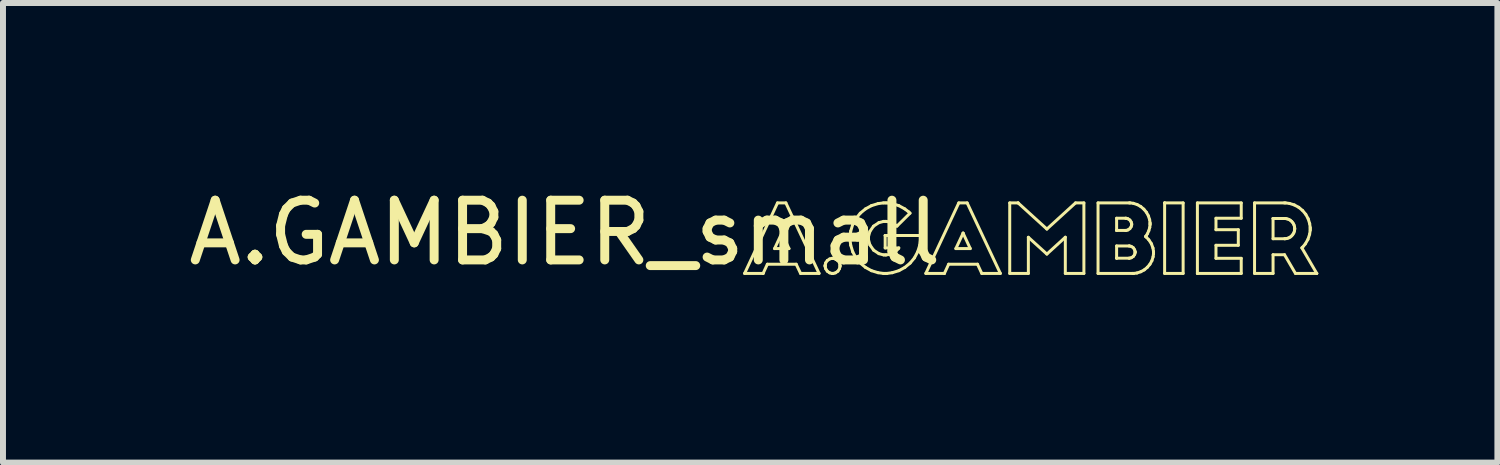
<source format=kicad_pcb>
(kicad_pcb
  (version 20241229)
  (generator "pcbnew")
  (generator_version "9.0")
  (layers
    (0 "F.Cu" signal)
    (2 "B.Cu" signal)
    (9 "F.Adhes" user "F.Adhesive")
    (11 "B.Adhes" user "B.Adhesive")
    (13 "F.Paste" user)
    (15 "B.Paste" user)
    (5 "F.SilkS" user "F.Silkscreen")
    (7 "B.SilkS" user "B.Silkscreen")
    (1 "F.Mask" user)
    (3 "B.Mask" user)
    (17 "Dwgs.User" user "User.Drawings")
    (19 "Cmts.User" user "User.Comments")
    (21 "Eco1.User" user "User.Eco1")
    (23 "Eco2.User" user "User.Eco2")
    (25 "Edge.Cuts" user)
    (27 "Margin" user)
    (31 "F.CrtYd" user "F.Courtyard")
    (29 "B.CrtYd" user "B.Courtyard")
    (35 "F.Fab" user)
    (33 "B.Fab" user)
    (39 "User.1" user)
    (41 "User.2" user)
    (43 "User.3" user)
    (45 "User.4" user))
  (footprint "A.GAMBIER_small"
    (layer "F.Cu")
    (at 9.411 0.348)
    (property "Reference" "A.GAMBIER_small" (at -3 0.5 0) (layer "F.SilkS") (effects (font (size 1 1) (thickness 0.15))))
    (attr through_hole)
    (fp_line (start 0.009 1.181) (end 0.319 1.181) (stroke (width 0.05) (type solid)) (layer "F.SilkS"))
    (fp_line (start 0.319 1.181) (end 0.319 1.181) (stroke (width 0.05) (type solid)) (layer "F.SilkS"))
    (fp_line (start 0.319 1.181) (end 0.39 1.027) (stroke (width 0.05) (type solid)) (layer "F.SilkS"))
    (fp_line (start 0.39 1.027) (end 0.873 1.027) (stroke (width 0.05) (type solid)) (layer "F.SilkS"))
    (fp_line (start 0.511 0.765) (end 0.632 0.506) (stroke (width 0.05) (type solid)) (layer "F.SilkS"))
    (fp_line (start 0.56 0) (end 0.009 1.181) (stroke (width 0.05) (type solid)) (layer "F.SilkS"))
    (fp_line (start 0.632 0.506) (end 0.632 0.506) (stroke (width 0.05) (type solid)) (layer "F.SilkS"))
    (fp_line (start 0.632 0.506) (end 0.752 0.765) (stroke (width 0.05) (type solid)) (layer "F.SilkS"))
    (fp_line (start 0.7 0) (end 0.56 0) (stroke (width 0.05) (type solid)) (layer "F.SilkS"))
    (fp_line (start 0.752 0.765) (end 0.511 0.765) (stroke (width 0.05) (type solid)) (layer "F.SilkS"))
    (fp_line (start 0.873 1.027) (end 0.946 1.181) (stroke (width 0.05) (type solid)) (layer "F.SilkS"))
    (fp_line (start 0.946 1.181) (end 1.256 1.181) (stroke (width 0.05) (type solid)) (layer "F.SilkS"))
    (fp_line (start 1.256 1.181) (end 0.7 0) (stroke (width 0.05) (type solid)) (layer "F.SilkS"))
    (fp_line (start 1.358 1.041) (end 1.358 1.054) (stroke (width 0.05) (type solid)) (layer "F.SilkS"))
    (fp_line (start 1.358 1.054) (end 1.358 1.054) (stroke (width 0.05) (type solid)) (layer "F.SilkS"))
    (fp_line (start 1.358 1.054) (end 1.358 1.066) (stroke (width 0.05) (type solid)) (layer "F.SilkS"))
    (fp_line (start 1.358 1.066) (end 1.367 1.103) (stroke (width 0.05) (type solid)) (layer "F.SilkS"))
    (fp_line (start 1.367 1.004) (end 1.358 1.041) (stroke (width 0.05) (type solid)) (layer "F.SilkS"))
    (fp_line (start 1.367 1.103) (end 1.394 1.144) (stroke (width 0.05) (type solid)) (layer "F.SilkS"))
    (fp_line (start 1.394 0.965) (end 1.367 1.004) (stroke (width 0.05) (type solid)) (layer "F.SilkS"))
    (fp_line (start 1.394 1.144) (end 1.433 1.171) (stroke (width 0.05) (type solid)) (layer "F.SilkS"))
    (fp_line (start 1.433 0.939) (end 1.394 0.965) (stroke (width 0.05) (type solid)) (layer "F.SilkS"))
    (fp_line (start 1.433 1.171) (end 1.47 1.181) (stroke (width 0.05) (type solid)) (layer "F.SilkS"))
    (fp_line (start 1.47 0.929) (end 1.433 0.939) (stroke (width 0.05) (type solid)) (layer "F.SilkS"))
    (fp_line (start 1.47 1.181) (end 1.482 1.181) (stroke (width 0.05) (type solid)) (layer "F.SilkS"))
    (fp_line (start 1.482 0.929) (end 1.47 0.929) (stroke (width 0.05) (type solid)) (layer "F.SilkS"))
    (fp_line (start 1.482 1.181) (end 1.495 1.181) (stroke (width 0.05) (type solid)) (layer "F.SilkS"))
    (fp_line (start 1.495 0.929) (end 1.482 0.929) (stroke (width 0.05) (type solid)) (layer "F.SilkS"))
    (fp_line (start 1.495 1.181) (end 1.532 1.171) (stroke (width 0.05) (type solid)) (layer "F.SilkS"))
    (fp_line (start 1.532 0.939) (end 1.495 0.929) (stroke (width 0.05) (type solid)) (layer "F.SilkS"))
    (fp_line (start 1.532 1.171) (end 1.571 1.144) (stroke (width 0.05) (type solid)) (layer "F.SilkS"))
    (fp_line (start 1.571 0.965) (end 1.532 0.939) (stroke (width 0.05) (type solid)) (layer "F.SilkS"))
    (fp_line (start 1.571 1.144) (end 1.597 1.103) (stroke (width 0.05) (type solid)) (layer "F.SilkS"))
    (fp_line (start 1.597 1.004) (end 1.571 0.965) (stroke (width 0.05) (type solid)) (layer "F.SilkS"))
    (fp_line (start 1.597 1.103) (end 1.607 1.066) (stroke (width 0.05) (type solid)) (layer "F.SilkS"))
    (fp_line (start 1.607 1.041) (end 1.597 1.004) (stroke (width 0.05) (type solid)) (layer "F.SilkS"))
    (fp_line (start 1.607 1.054) (end 1.607 1.041) (stroke (width 0.05) (type solid)) (layer "F.SilkS"))
    (fp_line (start 1.607 1.066) (end 1.607 1.054) (stroke (width 0.05) (type solid)) (layer "F.SilkS"))
    (fp_line (start 1.774 0.561) (end 1.774 0.591) (stroke (width 0.05) (type solid)) (layer "F.SilkS"))
    (fp_line (start 1.774 0.591) (end 1.774 0.62) (stroke (width 0.05) (type solid)) (layer "F.SilkS"))
    (fp_line (start 1.774 0.62) (end 1.786 0.709) (stroke (width 0.05) (type solid)) (layer "F.SilkS"))
    (fp_line (start 1.786 0.472) (end 1.774 0.561) (stroke (width 0.05) (type solid)) (layer "F.SilkS"))
    (fp_line (start 1.786 0.709) (end 1.82 0.82) (stroke (width 0.05) (type solid)) (layer "F.SilkS"))
    (fp_line (start 1.82 0.361) (end 1.786 0.472) (stroke (width 0.05) (type solid)) (layer "F.SilkS"))
    (fp_line (start 1.82 0.82) (end 1.874 0.921) (stroke (width 0.05) (type solid)) (layer "F.SilkS"))
    (fp_line (start 1.874 0.26) (end 1.82 0.361) (stroke (width 0.05) (type solid)) (layer "F.SilkS"))
    (fp_line (start 1.874 0.921) (end 1.946 1.008) (stroke (width 0.05) (type solid)) (layer "F.SilkS"))
    (fp_line (start 1.946 0.173) (end 1.874 0.26) (stroke (width 0.05) (type solid)) (layer "F.SilkS"))
    (fp_line (start 1.946 1.008) (end 2.033 1.08) (stroke (width 0.05) (type solid)) (layer "F.SilkS"))
    (fp_line (start 2.033 0.101) (end 1.946 0.173) (stroke (width 0.05) (type solid)) (layer "F.SilkS"))
    (fp_line (start 2.033 1.08) (end 2.133 1.135) (stroke (width 0.05) (type solid)) (layer "F.SilkS"))
    (fp_line (start 2.084 0.562) (end 2.107 0.478) (stroke (width 0.05) (type solid)) (layer "F.SilkS"))
    (fp_line (start 2.084 0.591) (end 2.084 0.562) (stroke (width 0.05) (type solid)) (layer "F.SilkS"))
    (fp_line (start 2.084 0.619) (end 2.084 0.591) (stroke (width 0.05) (type solid)) (layer "F.SilkS"))
    (fp_line (start 2.107 0.478) (end 2.168 0.39) (stroke (width 0.05) (type solid)) (layer "F.SilkS"))
    (fp_line (start 2.107 0.703) (end 2.084 0.619) (stroke (width 0.05) (type solid)) (layer "F.SilkS"))
    (fp_line (start 2.133 0.046) (end 2.033 0.101) (stroke (width 0.05) (type solid)) (layer "F.SilkS"))
    (fp_line (start 2.133 1.135) (end 2.244 1.169) (stroke (width 0.05) (type solid)) (layer "F.SilkS"))
    (fp_line (start 2.168 0.39) (end 2.257 0.331) (stroke (width 0.05) (type solid)) (layer "F.SilkS"))
    (fp_line (start 2.169 0.791) (end 2.107 0.703) (stroke (width 0.05) (type solid)) (layer "F.SilkS"))
    (fp_line (start 2.244 0.012) (end 2.133 0.046) (stroke (width 0.05) (type solid)) (layer "F.SilkS"))
    (fp_line (start 2.244 1.169) (end 2.333 1.181) (stroke (width 0.05) (type solid)) (layer "F.SilkS"))
    (fp_line (start 2.257 0.331) (end 2.336 0.31) (stroke (width 0.05) (type solid)) (layer "F.SilkS"))
    (fp_line (start 2.258 0.85) (end 2.169 0.791) (stroke (width 0.05) (type solid)) (layer "F.SilkS"))
    (fp_line (start 2.333 0) (end 2.244 0.012) (stroke (width 0.05) (type solid)) (layer "F.SilkS"))
    (fp_line (start 2.333 1.181) (end 2.363 1.181) (stroke (width 0.05) (type solid)) (layer "F.SilkS"))
    (fp_line (start 2.336 0.31) (end 2.363 0.31) (stroke (width 0.05) (type solid)) (layer "F.SilkS"))
    (fp_line (start 2.337 0.871) (end 2.258 0.85) (stroke (width 0.05) (type solid)) (layer "F.SilkS"))
    (fp_line (start 2.363 0) (end 2.333 0) (stroke (width 0.05) (type solid)) (layer "F.SilkS"))
    (fp_line (start 2.363 0.31) (end 2.377 0.31) (stroke (width 0.05) (type solid)) (layer "F.SilkS"))
    (fp_line (start 2.363 0.546) (end 2.363 0.546) (stroke (width 0.05) (type solid)) (layer "F.SilkS"))
    (fp_line (start 2.363 0.546) (end 2.363 0.754) (stroke (width 0.05) (type solid)) (layer "F.SilkS"))
    (fp_line (start 2.363 0.754) (end 2.591 0.754) (stroke (width 0.05) (type solid)) (layer "F.SilkS"))
    (fp_line (start 2.363 0.871) (end 2.337 0.871) (stroke (width 0.05) (type solid)) (layer "F.SilkS"))
    (fp_line (start 2.363 1.181) (end 2.393 1.181) (stroke (width 0.05) (type solid)) (layer "F.SilkS"))
    (fp_line (start 2.377 0.31) (end 2.421 0.316) (stroke (width 0.05) (type solid)) (layer "F.SilkS"))
    (fp_line (start 2.38 0.871) (end 2.363 0.871) (stroke (width 0.05) (type solid)) (layer "F.SilkS"))
    (fp_line (start 2.393 0) (end 2.363 0) (stroke (width 0.05) (type solid)) (layer "F.SilkS"))
    (fp_line (start 2.393 1.181) (end 2.482 1.169) (stroke (width 0.05) (type solid)) (layer "F.SilkS"))
    (fp_line (start 2.421 0.316) (end 2.473 0.332) (stroke (width 0.05) (type solid)) (layer "F.SilkS"))
    (fp_line (start 2.431 0.863) (end 2.38 0.871) (stroke (width 0.05) (type solid)) (layer "F.SilkS"))
    (fp_line (start 2.473 0.332) (end 2.519 0.357) (stroke (width 0.05) (type solid)) (layer "F.SilkS"))
    (fp_line (start 2.481 0.012) (end 2.393 0) (stroke (width 0.05) (type solid)) (layer "F.SilkS"))
    (fp_line (start 2.482 1.169) (end 2.593 1.135) (stroke (width 0.05) (type solid)) (layer "F.SilkS"))
    (fp_line (start 2.494 0.839) (end 2.431 0.863) (stroke (width 0.05) (type solid)) (layer "F.SilkS"))
    (fp_line (start 2.519 0.357) (end 2.55 0.38) (stroke (width 0.05) (type solid)) (layer "F.SilkS"))
    (fp_line (start 2.548 0.802) (end 2.494 0.839) (stroke (width 0.05) (type solid)) (layer "F.SilkS"))
    (fp_line (start 2.55 0.38) (end 2.56 0.389) (stroke (width 0.05) (type solid)) (layer "F.SilkS"))
    (fp_line (start 2.56 0.389) (end 2.779 0.172) (stroke (width 0.05) (type solid)) (layer "F.SilkS"))
    (fp_line (start 2.582 0.768) (end 2.548 0.802) (stroke (width 0.05) (type solid)) (layer "F.SilkS"))
    (fp_line (start 2.591 0.754) (end 2.582 0.768) (stroke (width 0.05) (type solid)) (layer "F.SilkS"))
    (fp_line (start 2.592 0.046) (end 2.481 0.012) (stroke (width 0.05) (type solid)) (layer "F.SilkS"))
    (fp_line (start 2.593 1.135) (end 2.693 1.08) (stroke (width 0.05) (type solid)) (layer "F.SilkS"))
    (fp_line (start 2.691 0.1) (end 2.592 0.046) (stroke (width 0.05) (type solid)) (layer "F.SilkS"))
    (fp_line (start 2.693 1.08) (end 2.781 1.008) (stroke (width 0.05) (type solid)) (layer "F.SilkS"))
    (fp_line (start 2.759 0.152) (end 2.691 0.1) (stroke (width 0.05) (type solid)) (layer "F.SilkS"))
    (fp_line (start 2.779 0.172) (end 2.759 0.152) (stroke (width 0.05) (type solid)) (layer "F.SilkS"))
    (fp_line (start 2.781 1.008) (end 2.853 0.921) (stroke (width 0.05) (type solid)) (layer "F.SilkS"))
    (fp_line (start 2.853 0.921) (end 2.907 0.82) (stroke (width 0.05) (type solid)) (layer "F.SilkS"))
    (fp_line (start 2.907 0.82) (end 2.942 0.709) (stroke (width 0.05) (type solid)) (layer "F.SilkS"))
    (fp_line (start 2.942 0.709) (end 2.954 0.62) (stroke (width 0.05) (type solid)) (layer "F.SilkS"))
    (fp_line (start 2.954 0.546) (end 2.363 0.546) (stroke (width 0.05) (type solid)) (layer "F.SilkS"))
    (fp_line (start 2.954 0.591) (end 2.954 0.546) (stroke (width 0.05) (type solid)) (layer "F.SilkS"))
    (fp_line (start 2.954 0.62) (end 2.954 0.591) (stroke (width 0.05) (type solid)) (layer "F.SilkS"))
    (fp_line (start 3.044 1.181) (end 3.355 1.181) (stroke (width 0.05) (type solid)) (layer "F.SilkS"))
    (fp_line (start 3.355 1.181) (end 3.355 1.181) (stroke (width 0.05) (type solid)) (layer "F.SilkS"))
    (fp_line (start 3.355 1.181) (end 3.426 1.027) (stroke (width 0.05) (type solid)) (layer "F.SilkS"))
    (fp_line (start 3.426 1.027) (end 3.909 1.027) (stroke (width 0.05) (type solid)) (layer "F.SilkS"))
    (fp_line (start 3.547 0.765) (end 3.668 0.506) (stroke (width 0.05) (type solid)) (layer "F.SilkS"))
    (fp_line (start 3.596 0) (end 3.044 1.181) (stroke (width 0.05) (type solid)) (layer "F.SilkS"))
    (fp_line (start 3.668 0.506) (end 3.668 0.506) (stroke (width 0.05) (type solid)) (layer "F.SilkS"))
    (fp_line (start 3.668 0.506) (end 3.788 0.765) (stroke (width 0.05) (type solid)) (layer "F.SilkS"))
    (fp_line (start 3.736 0) (end 3.596 0) (stroke (width 0.05) (type solid)) (layer "F.SilkS"))
    (fp_line (start 3.788 0.765) (end 3.547 0.765) (stroke (width 0.05) (type solid)) (layer "F.SilkS"))
    (fp_line (start 3.909 1.027) (end 3.981 1.181) (stroke (width 0.05) (type solid)) (layer "F.SilkS"))
    (fp_line (start 3.981 1.181) (end 4.292 1.181) (stroke (width 0.05) (type solid)) (layer "F.SilkS"))
    (fp_line (start 4.292 1.181) (end 3.736 0) (stroke (width 0.05) (type solid)) (layer "F.SilkS"))
    (fp_line (start 4.449 0) (end 4.449 1.181) (stroke (width 0.05) (type solid)) (layer "F.SilkS"))
    (fp_line (start 4.449 1.181) (end 4.761 1.181) (stroke (width 0.05) (type solid)) (layer "F.SilkS"))
    (fp_line (start 4.589 0) (end 4.449 0) (stroke (width 0.05) (type solid)) (layer "F.SilkS"))
    (fp_line (start 4.589 0) (end 4.589 0) (stroke (width 0.05) (type solid)) (layer "F.SilkS"))
    (fp_line (start 4.761 0.576) (end 5.071 0.857) (stroke (width 0.05) (type solid)) (layer "F.SilkS"))
    (fp_line (start 4.761 1.181) (end 4.761 0.576) (stroke (width 0.05) (type solid)) (layer "F.SilkS"))
    (fp_line (start 5.071 0.438) (end 4.589 0) (stroke (width 0.05) (type solid)) (layer "F.SilkS"))
    (fp_line (start 5.071 0.857) (end 5.38 0.575) (stroke (width 0.05) (type solid)) (layer "F.SilkS"))
    (fp_line (start 5.38 0.575) (end 5.38 1.181) (stroke (width 0.05) (type solid)) (layer "F.SilkS"))
    (fp_line (start 5.38 1.181) (end 5.691 1.181) (stroke (width 0.05) (type solid)) (layer "F.SilkS"))
    (fp_line (start 5.551 0) (end 5.071 0.438) (stroke (width 0.05) (type solid)) (layer "F.SilkS"))
    (fp_line (start 5.691 0) (end 5.551 0) (stroke (width 0.05) (type solid)) (layer "F.SilkS"))
    (fp_line (start 5.691 1.181) (end 5.691 0) (stroke (width 0.05) (type solid)) (layer "F.SilkS"))
    (fp_line (start 5.928 0) (end 5.928 1.181) (stroke (width 0.05) (type solid)) (layer "F.SilkS"))
    (fp_line (start 5.928 1.181) (end 6.511 1.181) (stroke (width 0.05) (type solid)) (layer "F.SilkS"))
    (fp_line (start 6.239 0.257) (end 6.388 0.257) (stroke (width 0.05) (type solid)) (layer "F.SilkS"))
    (fp_line (start 6.239 0.461) (end 6.239 0.257) (stroke (width 0.05) (type solid)) (layer "F.SilkS"))
    (fp_line (start 6.239 0.461) (end 6.239 0.461) (stroke (width 0.05) (type solid)) (layer "F.SilkS"))
    (fp_line (start 6.239 0.721) (end 6.446 0.721) (stroke (width 0.05) (type solid)) (layer "F.SilkS"))
    (fp_line (start 6.239 0.926) (end 6.239 0.721) (stroke (width 0.05) (type solid)) (layer "F.SilkS"))
    (fp_line (start 6.239 0.926) (end 6.239 0.926) (stroke (width 0.05) (type solid)) (layer "F.SilkS"))
    (fp_line (start 6.388 0.257) (end 6.398 0.257) (stroke (width 0.05) (type solid)) (layer "F.SilkS"))
    (fp_line (start 6.388 0.461) (end 6.239 0.461) (stroke (width 0.05) (type solid)) (layer "F.SilkS"))
    (fp_line (start 6.398 0.257) (end 6.428 0.265) (stroke (width 0.05) (type solid)) (layer "F.SilkS"))
    (fp_line (start 6.398 0.461) (end 6.388 0.461) (stroke (width 0.05) (type solid)) (layer "F.SilkS"))
    (fp_line (start 6.428 0.265) (end 6.461 0.287) (stroke (width 0.05) (type solid)) (layer "F.SilkS"))
    (fp_line (start 6.428 0.453) (end 6.398 0.461) (stroke (width 0.05) (type solid)) (layer "F.SilkS"))
    (fp_line (start 6.446 0.721) (end 6.456 0.721) (stroke (width 0.05) (type solid)) (layer "F.SilkS"))
    (fp_line (start 6.446 0.926) (end 6.239 0.926) (stroke (width 0.05) (type solid)) (layer "F.SilkS"))
    (fp_line (start 6.45 0) (end 5.928 0) (stroke (width 0.05) (type solid)) (layer "F.SilkS"))
    (fp_line (start 6.456 0.721) (end 6.485 0.729) (stroke (width 0.05) (type solid)) (layer "F.SilkS"))
    (fp_line (start 6.456 0.926) (end 6.446 0.926) (stroke (width 0.05) (type solid)) (layer "F.SilkS"))
    (fp_line (start 6.461 0.287) (end 6.482 0.319) (stroke (width 0.05) (type solid)) (layer "F.SilkS"))
    (fp_line (start 6.461 0.431) (end 6.428 0.453) (stroke (width 0.05) (type solid)) (layer "F.SilkS"))
    (fp_line (start 6.467 0) (end 6.45 0) (stroke (width 0.05) (type solid)) (layer "F.SilkS"))
    (fp_line (start 6.482 0.319) (end 6.491 0.349) (stroke (width 0.05) (type solid)) (layer "F.SilkS"))
    (fp_line (start 6.482 0.399) (end 6.461 0.431) (stroke (width 0.05) (type solid)) (layer "F.SilkS"))
    (fp_line (start 6.485 0.729) (end 6.518 0.751) (stroke (width 0.05) (type solid)) (layer "F.SilkS"))
    (fp_line (start 6.486 0.918) (end 6.456 0.926) (stroke (width 0.05) (type solid)) (layer "F.SilkS"))
    (fp_line (start 6.491 0.349) (end 6.491 0.359) (stroke (width 0.05) (type solid)) (layer "F.SilkS"))
    (fp_line (start 6.491 0.359) (end 6.491 0.369) (stroke (width 0.05) (type solid)) (layer "F.SilkS"))
    (fp_line (start 6.491 0.369) (end 6.482 0.399) (stroke (width 0.05) (type solid)) (layer "F.SilkS"))
    (fp_line (start 6.511 1.181) (end 6.511 1.181) (stroke (width 0.05) (type solid)) (layer "F.SilkS"))
    (fp_line (start 6.511 1.181) (end 6.528 1.181) (stroke (width 0.05) (type solid)) (layer "F.SilkS"))
    (fp_line (start 6.518 0.751) (end 6.54 0.784) (stroke (width 0.05) (type solid)) (layer "F.SilkS"))
    (fp_line (start 6.519 0.007) (end 6.467 0) (stroke (width 0.05) (type solid)) (layer "F.SilkS"))
    (fp_line (start 6.519 0.896) (end 6.486 0.918) (stroke (width 0.05) (type solid)) (layer "F.SilkS"))
    (fp_line (start 6.528 1.181) (end 6.58 1.174) (stroke (width 0.05) (type solid)) (layer "F.SilkS"))
    (fp_line (start 6.54 0.784) (end 6.549 0.814) (stroke (width 0.05) (type solid)) (layer "F.SilkS"))
    (fp_line (start 6.541 0.863) (end 6.519 0.896) (stroke (width 0.05) (type solid)) (layer "F.SilkS"))
    (fp_line (start 6.549 0.814) (end 6.549 0.824) (stroke (width 0.05) (type solid)) (layer "F.SilkS"))
    (fp_line (start 6.549 0.824) (end 6.549 0.834) (stroke (width 0.05) (type solid)) (layer "F.SilkS"))
    (fp_line (start 6.549 0.834) (end 6.541 0.863) (stroke (width 0.05) (type solid)) (layer "F.SilkS"))
    (fp_line (start 6.58 1.174) (end 6.644 1.153) (stroke (width 0.05) (type solid)) (layer "F.SilkS"))
    (fp_line (start 6.584 0.028) (end 6.519 0.007) (stroke (width 0.05) (type solid)) (layer "F.SilkS"))
    (fp_line (start 6.643 0.061) (end 6.584 0.028) (stroke (width 0.05) (type solid)) (layer "F.SilkS"))
    (fp_line (start 6.644 1.153) (end 6.703 1.121) (stroke (width 0.05) (type solid)) (layer "F.SilkS"))
    (fp_line (start 6.695 0.105) (end 6.643 0.061) (stroke (width 0.05) (type solid)) (layer "F.SilkS"))
    (fp_line (start 6.703 1.121) (end 6.754 1.078) (stroke (width 0.05) (type solid)) (layer "F.SilkS"))
    (fp_line (start 6.724 0.564) (end 6.732 0.553) (stroke (width 0.05) (type solid)) (layer "F.SilkS"))
    (fp_line (start 6.732 0.553) (end 6.755 0.517) (stroke (width 0.05) (type solid)) (layer "F.SilkS"))
    (fp_line (start 6.738 0.157) (end 6.695 0.105) (stroke (width 0.05) (type solid)) (layer "F.SilkS"))
    (fp_line (start 6.739 0.576) (end 6.724 0.564) (stroke (width 0.05) (type solid)) (layer "F.SilkS"))
    (fp_line (start 6.754 1.078) (end 6.797 1.027) (stroke (width 0.05) (type solid)) (layer "F.SilkS"))
    (fp_line (start 6.755 0.517) (end 6.778 0.466) (stroke (width 0.05) (type solid)) (layer "F.SilkS"))
    (fp_line (start 6.771 0.217) (end 6.738 0.157) (stroke (width 0.05) (type solid)) (layer "F.SilkS"))
    (fp_line (start 6.778 0.618) (end 6.739 0.576) (stroke (width 0.05) (type solid)) (layer "F.SilkS"))
    (fp_line (start 6.778 0.466) (end 6.794 0.41) (stroke (width 0.05) (type solid)) (layer "F.SilkS"))
    (fp_line (start 6.792 0.282) (end 6.771 0.217) (stroke (width 0.05) (type solid)) (layer "F.SilkS"))
    (fp_line (start 6.794 0.41) (end 6.799 0.366) (stroke (width 0.05) (type solid)) (layer "F.SilkS"))
    (fp_line (start 6.797 1.027) (end 6.83 0.968) (stroke (width 0.05) (type solid)) (layer "F.SilkS"))
    (fp_line (start 6.799 0.334) (end 6.792 0.282) (stroke (width 0.05) (type solid)) (layer "F.SilkS"))
    (fp_line (start 6.799 0.351) (end 6.799 0.334) (stroke (width 0.05) (type solid)) (layer "F.SilkS"))
    (fp_line (start 6.799 0.366) (end 6.799 0.351) (stroke (width 0.05) (type solid)) (layer "F.SilkS"))
    (fp_line (start 6.821 0.683) (end 6.778 0.618) (stroke (width 0.05) (type solid)) (layer "F.SilkS"))
    (fp_line (start 6.83 0.968) (end 6.85 0.903) (stroke (width 0.05) (type solid)) (layer "F.SilkS"))
    (fp_line (start 6.848 0.756) (end 6.821 0.683) (stroke (width 0.05) (type solid)) (layer "F.SilkS"))
    (fp_line (start 6.85 0.903) (end 6.857 0.852) (stroke (width 0.05) (type solid)) (layer "F.SilkS"))
    (fp_line (start 6.857 0.815) (end 6.848 0.756) (stroke (width 0.05) (type solid)) (layer "F.SilkS"))
    (fp_line (start 6.857 0.835) (end 6.857 0.815) (stroke (width 0.05) (type solid)) (layer "F.SilkS"))
    (fp_line (start 6.857 0.852) (end 6.857 0.835) (stroke (width 0.05) (type solid)) (layer "F.SilkS"))
    (fp_line (start 7.043 0) (end 7.043 0) (stroke (width 0.05) (type solid)) (layer "F.SilkS"))
    (fp_line (start 7.043 0) (end 7.353 0) (stroke (width 0.05) (type solid)) (layer "F.SilkS"))
    (fp_line (start 7.043 1.181) (end 7.043 0) (stroke (width 0.05) (type solid)) (layer "F.SilkS"))
    (fp_line (start 7.353 0) (end 7.353 1.181) (stroke (width 0.05) (type solid)) (layer "F.SilkS"))
    (fp_line (start 7.353 1.181) (end 7.043 1.181) (stroke (width 0.05) (type solid)) (layer "F.SilkS"))
    (fp_line (start 7.592 0) (end 7.592 1.181) (stroke (width 0.05) (type solid)) (layer "F.SilkS"))
    (fp_line (start 7.592 1.181) (end 7.592 1.181) (stroke (width 0.05) (type solid)) (layer "F.SilkS"))
    (fp_line (start 7.592 1.181) (end 8.326 1.181) (stroke (width 0.05) (type solid)) (layer "F.SilkS"))
    (fp_line (start 7.903 0.257) (end 8.326 0.257) (stroke (width 0.05) (type solid)) (layer "F.SilkS"))
    (fp_line (start 7.903 0.449) (end 7.903 0.257) (stroke (width 0.05) (type solid)) (layer "F.SilkS"))
    (fp_line (start 7.903 0.71) (end 8.277 0.71) (stroke (width 0.05) (type solid)) (layer "F.SilkS"))
    (fp_line (start 7.903 0.928) (end 7.903 0.71) (stroke (width 0.05) (type solid)) (layer "F.SilkS"))
    (fp_line (start 8.277 0.449) (end 7.903 0.449) (stroke (width 0.05) (type solid)) (layer "F.SilkS"))
    (fp_line (start 8.277 0.71) (end 8.277 0.449) (stroke (width 0.05) (type solid)) (layer "F.SilkS"))
    (fp_line (start 8.326 0) (end 7.592 0) (stroke (width 0.05) (type solid)) (layer "F.SilkS"))
    (fp_line (start 8.326 0.257) (end 8.326 0) (stroke (width 0.05) (type solid)) (layer "F.SilkS"))
    (fp_line (start 8.326 0.928) (end 7.903 0.928) (stroke (width 0.05) (type solid)) (layer "F.SilkS"))
    (fp_line (start 8.326 1.181) (end 8.326 0.928) (stroke (width 0.05) (type solid)) (layer "F.SilkS"))
    (fp_line (start 8.549 0) (end 8.549 1.181) (stroke (width 0.05) (type solid)) (layer "F.SilkS"))
    (fp_line (start 8.549 1.181) (end 8.859 1.181) (stroke (width 0.05) (type solid)) (layer "F.SilkS"))
    (fp_line (start 8.859 0.261) (end 8.859 0.261) (stroke (width 0.05) (type solid)) (layer "F.SilkS"))
    (fp_line (start 8.859 0.261) (end 9.051 0.261) (stroke (width 0.05) (type solid)) (layer "F.SilkS"))
    (fp_line (start 8.859 0.6) (end 8.859 0.261) (stroke (width 0.05) (type solid)) (layer "F.SilkS"))
    (fp_line (start 8.859 0.868) (end 9.051 0.868) (stroke (width 0.05) (type solid)) (layer "F.SilkS"))
    (fp_line (start 8.859 1.181) (end 8.859 0.868) (stroke (width 0.05) (type solid)) (layer "F.SilkS"))
    (fp_line (start 9.047 0) (end 8.549 0) (stroke (width 0.05) (type solid)) (layer "F.SilkS"))
    (fp_line (start 9.051 0.261) (end 9.06 0.261) (stroke (width 0.05) (type solid)) (layer "F.SilkS"))
    (fp_line (start 9.051 0.6) (end 8.859 0.6) (stroke (width 0.05) (type solid)) (layer "F.SilkS"))
    (fp_line (start 9.051 0.868) (end 9.234 1.181) (stroke (width 0.05) (type solid)) (layer "F.SilkS"))
    (fp_line (start 9.06 0.261) (end 9.086 0.265) (stroke (width 0.05) (type solid)) (layer "F.SilkS"))
    (fp_line (start 9.06 0.6) (end 9.051 0.6) (stroke (width 0.05) (type solid)) (layer "F.SilkS"))
    (fp_line (start 9.068 0) (end 9.047 0) (stroke (width 0.05) (type solid)) (layer "F.SilkS"))
    (fp_line (start 9.086 0.265) (end 9.118 0.275) (stroke (width 0.05) (type solid)) (layer "F.SilkS"))
    (fp_line (start 9.086 0.597) (end 9.06 0.6) (stroke (width 0.05) (type solid)) (layer "F.SilkS"))
    (fp_line (start 9.118 0.275) (end 9.147 0.29) (stroke (width 0.05) (type solid)) (layer "F.SilkS"))
    (fp_line (start 9.118 0.587) (end 9.086 0.597) (stroke (width 0.05) (type solid)) (layer "F.SilkS"))
    (fp_line (start 9.134 0.009) (end 9.068 0) (stroke (width 0.05) (type solid)) (layer "F.SilkS"))
    (fp_line (start 9.147 0.29) (end 9.172 0.311) (stroke (width 0.05) (type solid)) (layer "F.SilkS"))
    (fp_line (start 9.147 0.572) (end 9.118 0.587) (stroke (width 0.05) (type solid)) (layer "F.SilkS"))
    (fp_line (start 9.172 0.311) (end 9.192 0.336) (stroke (width 0.05) (type solid)) (layer "F.SilkS"))
    (fp_line (start 9.172 0.551) (end 9.147 0.572) (stroke (width 0.05) (type solid)) (layer "F.SilkS"))
    (fp_line (start 9.192 0.336) (end 9.208 0.365) (stroke (width 0.05) (type solid)) (layer "F.SilkS"))
    (fp_line (start 9.192 0.526) (end 9.172 0.551) (stroke (width 0.05) (type solid)) (layer "F.SilkS"))
    (fp_line (start 9.208 0.365) (end 9.218 0.397) (stroke (width 0.05) (type solid)) (layer "F.SilkS"))
    (fp_line (start 9.208 0.498) (end 9.192 0.526) (stroke (width 0.05) (type solid)) (layer "F.SilkS"))
    (fp_line (start 9.215 0.034) (end 9.134 0.009) (stroke (width 0.05) (type solid)) (layer "F.SilkS"))
    (fp_line (start 9.218 0.397) (end 9.221 0.423) (stroke (width 0.05) (type solid)) (layer "F.SilkS"))
    (fp_line (start 9.218 0.466) (end 9.208 0.498) (stroke (width 0.05) (type solid)) (layer "F.SilkS"))
    (fp_line (start 9.221 0.423) (end 9.221 0.431) (stroke (width 0.05) (type solid)) (layer "F.SilkS"))
    (fp_line (start 9.221 0.431) (end 9.221 0.44) (stroke (width 0.05) (type solid)) (layer "F.SilkS"))
    (fp_line (start 9.221 0.44) (end 9.218 0.466) (stroke (width 0.05) (type solid)) (layer "F.SilkS"))
    (fp_line (start 9.234 1.181) (end 9.591 1.181) (stroke (width 0.05) (type solid)) (layer "F.SilkS"))
    (fp_line (start 9.289 0.074) (end 9.215 0.034) (stroke (width 0.05) (type solid)) (layer "F.SilkS"))
    (fp_line (start 9.341 0.753) (end 9.357 0.738) (stroke (width 0.05) (type solid)) (layer "F.SilkS"))
    (fp_line (start 9.354 0.128) (end 9.289 0.074) (stroke (width 0.05) (type solid)) (layer "F.SilkS"))
    (fp_line (start 9.357 0.738) (end 9.399 0.687) (stroke (width 0.05) (type solid)) (layer "F.SilkS"))
    (fp_line (start 9.399 0.687) (end 9.443 0.611) (stroke (width 0.05) (type solid)) (layer "F.SilkS"))
    (fp_line (start 9.407 0.192) (end 9.354 0.128) (stroke (width 0.05) (type solid)) (layer "F.SilkS"))
    (fp_line (start 9.443 0.611) (end 9.471 0.526) (stroke (width 0.05) (type solid)) (layer "F.SilkS"))
    (fp_line (start 9.447 0.266) (end 9.407 0.192) (stroke (width 0.05) (type solid)) (layer "F.SilkS"))
    (fp_line (start 9.471 0.526) (end 9.481 0.458) (stroke (width 0.05) (type solid)) (layer "F.SilkS"))
    (fp_line (start 9.472 0.347) (end 9.447 0.266) (stroke (width 0.05) (type solid)) (layer "F.SilkS"))
    (fp_line (start 9.481 0.413) (end 9.472 0.347) (stroke (width 0.05) (type solid)) (layer "F.SilkS"))
    (fp_line (start 9.481 0.435) (end 9.481 0.413) (stroke (width 0.05) (type solid)) (layer "F.SilkS"))
    (fp_line (start 9.481 0.458) (end 9.481 0.435) (stroke (width 0.05) (type solid)) (layer "F.SilkS"))
    (fp_line (start 9.591 1.181) (end 9.341 0.753) (stroke (width 0.05) (type solid)) (layer "F.SilkS"))
    (fp_line (start 9.591 1.181) (end 9.591 1.181) (stroke (width 0.05) (type solid)) (layer "F.SilkS")))
  (gr_rect
    (start -3 -3)
    (end 22.027 4.697)
    (stroke (width 0.1) (type default))
    (fill no)
    (layer "Edge.Cuts")))
</source>
